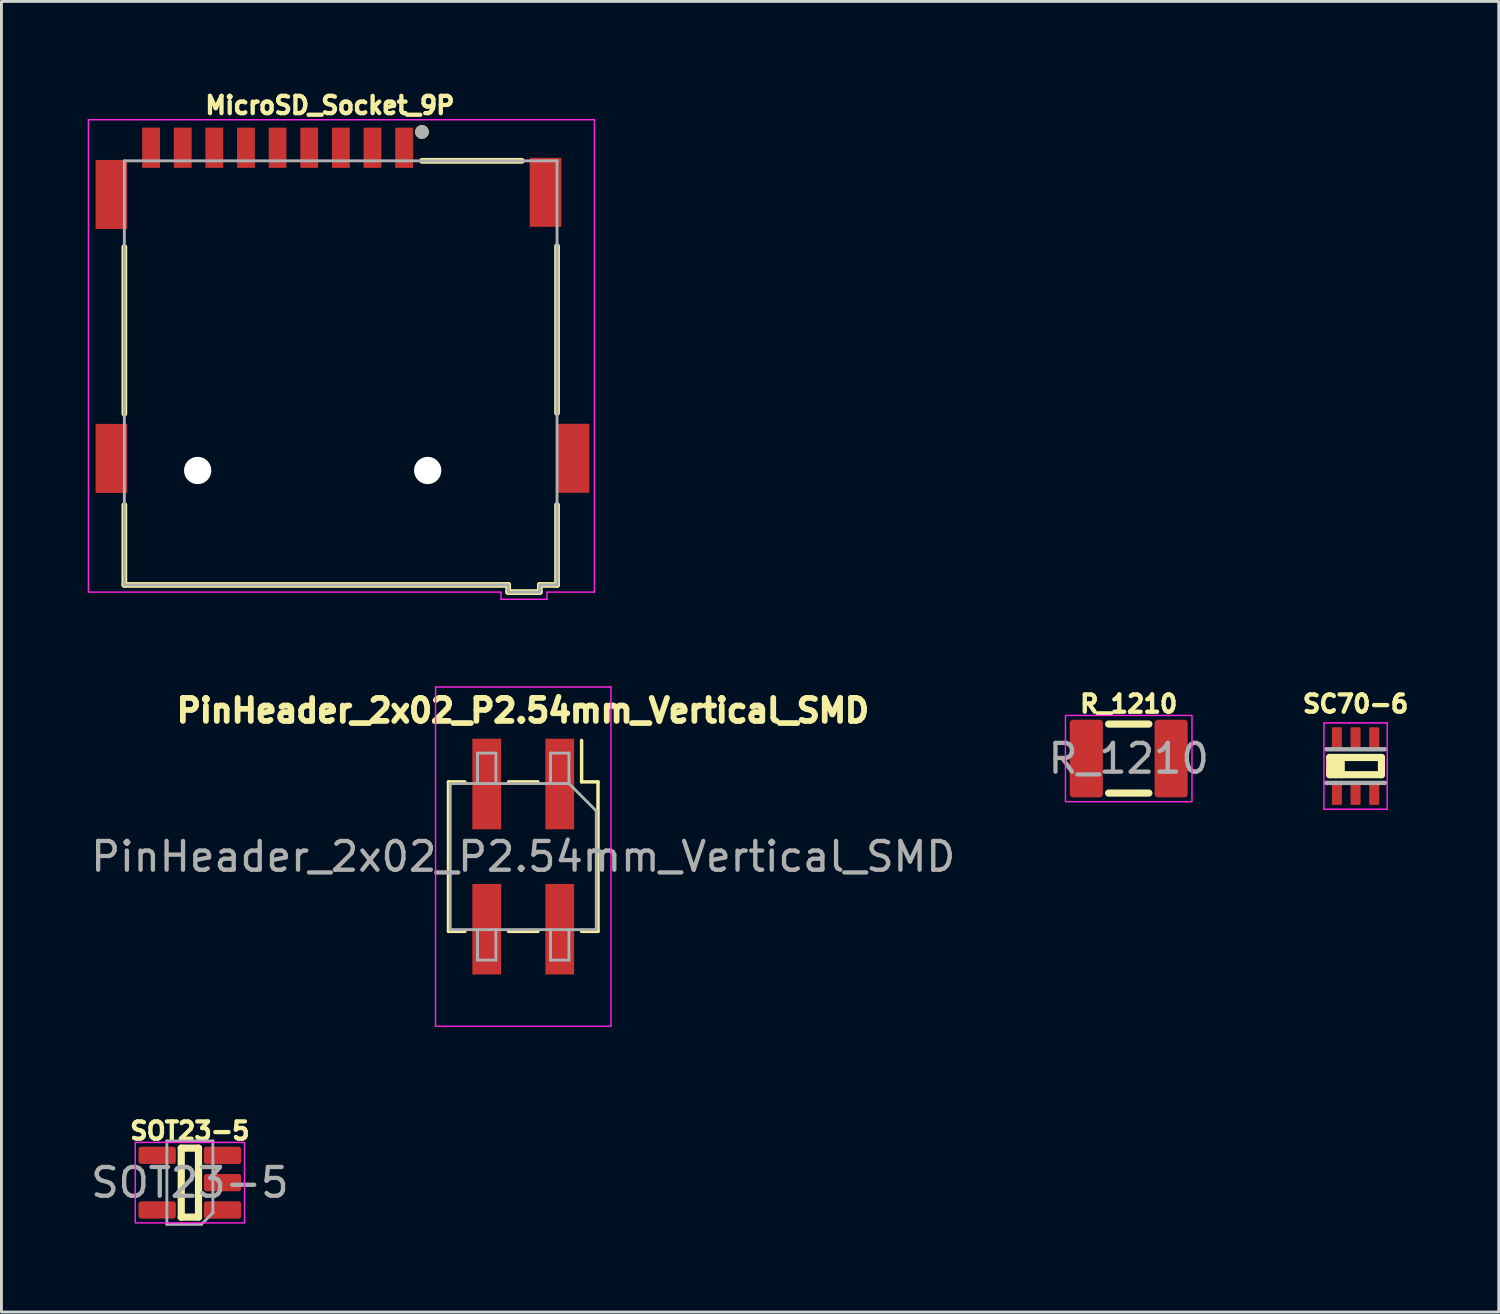
<source format=kicad_pcb>
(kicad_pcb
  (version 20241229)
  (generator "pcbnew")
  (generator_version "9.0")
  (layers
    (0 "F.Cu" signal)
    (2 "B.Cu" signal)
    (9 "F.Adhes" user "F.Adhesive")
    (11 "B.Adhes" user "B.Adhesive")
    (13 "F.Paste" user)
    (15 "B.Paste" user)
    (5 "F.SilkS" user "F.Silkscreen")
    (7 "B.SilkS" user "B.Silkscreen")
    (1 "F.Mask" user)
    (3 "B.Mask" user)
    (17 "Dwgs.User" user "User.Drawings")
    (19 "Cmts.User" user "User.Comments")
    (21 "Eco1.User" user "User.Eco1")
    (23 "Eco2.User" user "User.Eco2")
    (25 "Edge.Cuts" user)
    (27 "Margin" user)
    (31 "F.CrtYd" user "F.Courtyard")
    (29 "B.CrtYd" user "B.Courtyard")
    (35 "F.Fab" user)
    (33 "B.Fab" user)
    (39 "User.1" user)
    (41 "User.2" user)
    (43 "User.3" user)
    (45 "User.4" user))
  (footprint "SOT23-5"
    (layer "F.Cu")
    (at 3.554 38.084)
    (property "Reference" "SOT23-5" (at 0 -1.8 0) (unlocked yes) (layer "F.SilkS") (effects (font (size 0.6 0.6) (thickness 0.15) (bold yes))))
    (attr smd)
    (fp_line (start -0.3 -1.2) (end -0.3 1.2) (stroke (width 0.25) (type default)) (layer "F.SilkS"))
    (fp_line (start -0.3 1.2) (end 0.3 1.2) (stroke (width 0.25) (type default)) (layer "F.SilkS"))
    (fp_line (start 0.3 -1.2) (end -0.3 -1.2) (stroke (width 0.25) (type default)) (layer "F.SilkS"))
    (fp_line (start 0.3 1.2) (end 0.3 -1.2) (stroke (width 0.25) (type default)) (layer "F.SilkS"))
    (fp_rect (start 1.9 1.4) (end -1.9 -1.4) (stroke (width 0.05) (type default)) (fill no) (layer "F.CrtYd"))
    (fp_line (start -0.8 -1.45) (end 0.8 -1.45) (stroke (width 0.1) (type solid)) (layer "F.Fab"))
    (fp_line (start -0.8 1.45) (end -0.8 -1.45) (stroke (width 0.1) (type solid)) (layer "F.Fab"))
    (fp_line (start 0.4 1.45) (end -0.8 1.45) (stroke (width 0.1) (type solid)) (layer "F.Fab"))
    (fp_line (start 0.8 -1.45) (end 0.8 1.05) (stroke (width 0.1) (type solid)) (layer "F.Fab"))
    (fp_line (start 0.8 1.05) (end 0.4 1.45) (stroke (width 0.1) (type solid)) (layer "F.Fab"))
    (fp_text user "${REFERENCE}" (at 0 0 0) (unlocked yes) (layer "F.Fab") (effects (font (size 1 1) (thickness 0.15))))
    (pad "1" smd roundrect (at 1.137 0.95 180) (size 1.3 0.6) (layers "F.Cu" "F.Mask" "F.Paste") (roundrect_rratio 0.15))
    (pad "2" smd roundrect (at 1.137 0 180) (size 1.3 0.6) (layers "F.Cu" "F.Mask" "F.Paste") (roundrect_rratio 0.15))
    (pad "3" smd roundrect (at 1.137 -0.95 180) (size 1.3 0.6) (layers "F.Cu" "F.Mask" "F.Paste") (roundrect_rratio 0.15))
    (pad "4" smd roundrect (at -1.137 -0.95 180) (size 1.3 0.6) (layers "F.Cu" "F.Mask" "F.Paste") (roundrect_rratio 0.15))
    (pad "5" smd roundrect (at -1.137 0.95 180) (size 1.3 0.6) (layers "F.Cu" "F.Mask" "F.Paste") (roundrect_rratio 0.15)))
  (footprint "SC70-6"
    (layer "F.Cu")
    (at 44.098 23.595)
    (property "Reference" "SC70-6" (at 0 -2.162 0) (layer "F.SilkS") (effects (font (size 0.6 0.6) (thickness 0.15))))
    (attr smd)
    (fp_line (start -0.9 -0.3) (end 0.9 -0.3) (stroke (width 0.25) (type default)) (layer "F.SilkS"))
    (fp_line (start -0.9 0.3) (end -0.9 -0.3) (stroke (width 0.25) (type default)) (layer "F.SilkS"))
    (fp_line (start -0.7 -0.3) (end -0.7 0.3) (stroke (width 0.25) (type default)) (layer "F.SilkS"))
    (fp_line (start -0.5 -0.3) (end -0.5 0.3) (stroke (width 0.25) (type default)) (layer "F.SilkS"))
    (fp_line (start 0.9 -0.3) (end 0.9 0.3) (stroke (width 0.25) (type default)) (layer "F.SilkS"))
    (fp_line (start 0.9 0.3) (end -0.9 0.3) (stroke (width 0.25) (type default)) (layer "F.SilkS"))
    (fp_line (start -1.1 -1.5) (end -0.2 -1.5) (stroke (width 0.05) (type default)) (layer "F.CrtYd"))
    (fp_line (start -1.1 1.5) (end -1.1 -1.5) (stroke (width 0.05) (type default)) (layer "F.CrtYd"))
    (fp_line (start -0.2 -1.5) (end 1.1 -1.5) (stroke (width 0.05) (type default)) (layer "F.CrtYd"))
    (fp_line (start 1.1 -1.5) (end 1.1 1.5) (stroke (width 0.05) (type default)) (layer "F.CrtYd"))
    (fp_line (start 1.1 1.5) (end -1.1 1.5) (stroke (width 0.05) (type default)) (layer "F.CrtYd"))
    (fp_line (start -1.022 -0.585) (end 1.022 -0.585) (stroke (width 0.152) (type solid)) (layer "F.Fab"))
    (fp_line (start 1.022 0.585) (end -1.022 0.585) (stroke (width 0.152) (type solid)) (layer "F.Fab"))
    (pad "1" smd roundrect (at -0.65 0.95) (size 0.35 0.8) (layers "F.Cu" "F.Mask" "F.Paste") (roundrect_rratio 0.1))
    (pad "2" smd roundrect (at 0 0.95) (size 0.35 0.8) (layers "F.Cu" "F.Mask" "F.Paste") (roundrect_rratio 0.1))
    (pad "3" smd roundrect (at 0.65 0.95) (size 0.35 0.8) (layers "F.Cu" "F.Mask" "F.Paste") (roundrect_rratio 0.1))
    (pad "4" smd roundrect (at 0.65 -0.95) (size 0.35 0.8) (layers "F.Cu" "F.Mask" "F.Paste") (roundrect_rratio 0.1))
    (pad "5" smd roundrect (at 0 -0.95) (size 0.35 0.8) (layers "F.Cu" "F.Mask" "F.Paste") (roundrect_rratio 0.1))
    (pad "6" smd roundrect (at -0.65 -0.95) (size 0.35 0.8) (layers "F.Cu" "F.Mask" "F.Paste") (roundrect_rratio 0.1)))
  (footprint "MicroSD_Socket_9P"
    (layer "F.Cu")
    (at 8.425 13.314)
    (property "Reference" "MicroSD_Socket_9P" (at 0 -12.7 0) (layer "F.SilkS") (effects (font (size 0.6 0.6) (thickness 0.15))))
    (attr smd)
    (fp_line (start -7.15 -1.975) (end -7.15 -7.775) (stroke (width 0.2) (type solid)) (layer "F.SilkS"))
    (fp_line (start -7.15 3.98) (end -7.15 1.2) (stroke (width 0.2) (type solid)) (layer "F.SilkS"))
    (fp_line (start -7.15 3.98) (end 6.2 3.98) (stroke (width 0.2) (type solid)) (layer "F.SilkS"))
    (fp_line (start 3.2 -10.77) (end 6.675 -10.77) (stroke (width 0.2) (type solid)) (layer "F.SilkS"))
    (fp_line (start 6.2 3.98) (end 6.2 4.23) (stroke (width 0.2) (type solid)) (layer "F.SilkS"))
    (fp_line (start 6.2 4.23) (end 7.3 4.23) (stroke (width 0.2) (type solid)) (layer "F.SilkS"))
    (fp_line (start 7.3 3.98) (end 7.9 3.98) (stroke (width 0.2) (type solid)) (layer "F.SilkS"))
    (fp_line (start 7.3 4.23) (end 7.3 3.98) (stroke (width 0.2) (type solid)) (layer "F.SilkS"))
    (fp_line (start 7.9 -2) (end 7.9 -7.8) (stroke (width 0.2) (type solid)) (layer "F.SilkS"))
    (fp_line (start 7.9 3.98) (end 7.9 1.2) (stroke (width 0.2) (type solid)) (layer "F.SilkS"))
    (fp_circle (center 3.2 -11.775) (end 3.32 -11.775) (stroke (width 0.24) (type solid)) (fill no) (layer "F.SilkS"))
    (fp_line (start -8.4 -12.2) (end 9.2 -12.2) (stroke (width 0.05) (type solid)) (layer "F.CrtYd"))
    (fp_line (start -8.4 4.23) (end -8.4 -12.2) (stroke (width 0.05) (type solid)) (layer "F.CrtYd"))
    (fp_line (start -8.4 4.23) (end 5.95 4.23) (stroke (width 0.05) (type solid)) (layer "F.CrtYd"))
    (fp_line (start 5.95 4.23) (end 5.95 4.48) (stroke (width 0.05) (type solid)) (layer "F.CrtYd"))
    (fp_line (start 5.95 4.48) (end 7.55 4.48) (stroke (width 0.05) (type solid)) (layer "F.CrtYd"))
    (fp_line (start 7.55 4.23) (end 9.2 4.23) (stroke (width 0.05) (type solid)) (layer "F.CrtYd"))
    (fp_line (start 7.55 4.48) (end 7.55 4.23) (stroke (width 0.05) (type solid)) (layer "F.CrtYd"))
    (fp_line (start 9.2 -12.2) (end 9.2 4.23) (stroke (width 0.05) (type solid)) (layer "F.CrtYd"))
    (fp_line (start -7.15 -10.77) (end 7.9 -10.77) (stroke (width 0.1) (type solid)) (layer "F.Fab"))
    (fp_line (start -7.15 3.98) (end -7.15 -10.77) (stroke (width 0.1) (type solid)) (layer "F.Fab"))
    (fp_line (start -7.15 3.98) (end 6.2 3.98) (stroke (width 0.1) (type solid)) (layer "F.Fab"))
    (fp_line (start 6.2 3.98) (end 6.2 4.23) (stroke (width 0.1) (type solid)) (layer "F.Fab"))
    (fp_line (start 6.2 4.23) (end 7.3 4.23) (stroke (width 0.1) (type solid)) (layer "F.Fab"))
    (fp_line (start 7.3 3.98) (end 7.9 3.98) (stroke (width 0.1) (type solid)) (layer "F.Fab"))
    (fp_line (start 7.3 4.23) (end 7.3 3.98) (stroke (width 0.1) (type solid)) (layer "F.Fab"))
    (fp_line (start 7.9 3.98) (end 7.9 -10.77) (stroke (width 0.1) (type solid)) (layer "F.Fab"))
    (fp_circle (center 3.2 -11.775) (end 3.32 -11.775) (stroke (width 0.24) (type solid)) (fill no) (layer "F.Fab"))
    (pad "" np_thru_hole circle (at -4.6 0) (size 0.95 0.95) (drill 0.95) (layers "*.Cu" "*.Mask"))
    (pad "" np_thru_hole circle (at 3.4 0) (size 0.95 0.95) (drill 0.95) (layers "*.Cu" "*.Mask"))
    (pad "1" smd rect (at 2.58 -11.225) (size 0.62 1.4) (layers "F.Cu" "F.Mask" "F.Paste"))
    (pad "2" smd rect (at 1.48 -11.225) (size 0.62 1.4) (layers "F.Cu" "F.Mask" "F.Paste"))
    (pad "3" smd rect (at 0.38 -11.225) (size 0.62 1.4) (layers "F.Cu" "F.Mask" "F.Paste"))
    (pad "4" smd rect (at -0.72 -11.225) (size 0.62 1.4) (layers "F.Cu" "F.Mask" "F.Paste"))
    (pad "5" smd rect (at -1.82 -11.225) (size 0.62 1.4) (layers "F.Cu" "F.Mask" "F.Paste"))
    (pad "6" smd rect (at -2.92 -11.225) (size 0.62 1.4) (layers "F.Cu" "F.Mask" "F.Paste"))
    (pad "7" smd rect (at -4.02 -11.225) (size 0.62 1.4) (layers "F.Cu" "F.Mask" "F.Paste"))
    (pad "8" smd rect (at -5.12 -11.225) (size 0.62 1.4) (layers "F.Cu" "F.Mask" "F.Paste"))
    (pad "9" smd rect (at -6.22 -11.225) (size 0.62 1.4) (layers "F.Cu" "F.Mask" "F.Paste"))
    (pad "10" smd rect (at -7.6 -9.6) (size 1.1 2.4) (layers "F.Cu" "F.Mask" "F.Paste"))
    (pad "10" smd rect (at -7.6 -0.42) (size 1.1 2.4) (layers "F.Cu" "F.Mask" "F.Paste"))
    (pad "10" smd rect (at 7.5 -9.675) (size 1.1 2.4) (layers "F.Cu" "F.Mask" "F.Paste"))
    (pad "10" smd rect (at 8.475 -0.425) (size 1.1 2.4) (layers "F.Cu" "F.Mask" "F.Paste")))
  (footprint "R_1210"
    (layer "F.Cu")
    (at 36.208 23.334)
    (property "Reference" "R_1210" (at 0 -1.9 0) (unlocked yes) (layer "F.SilkS") (effects (font (size 0.6 0.6) (thickness 0.15) (bold yes))))
    (attr smd)
    (fp_line (start -0.7 -1.2) (end 0.7 -1.2) (stroke (width 0.25) (type default)) (layer "F.SilkS"))
    (fp_line (start -0.7 1.2) (end 0.7 1.2) (stroke (width 0.25) (type default)) (layer "F.SilkS"))
    (fp_rect (start -2.2 -1.5) (end 2.2 1.5) (stroke (width 0.05) (type default)) (fill no) (layer "F.CrtYd"))
    (fp_text user "${REFERENCE}" (at 0 0 0) (unlocked yes) (layer "F.Fab") (effects (font (size 1 1) (thickness 0.15))))
    (pad "1" smd roundrect (at -1.475 0) (size 1.15 2.7) (layers "F.Cu" "F.Mask" "F.Paste") (roundrect_rratio 0.1))
    (pad "2" smd roundrect (at 1.475 0) (size 1.15 2.7) (layers "F.Cu" "F.Mask" "F.Paste") (roundrect_rratio 0.1)))
  (footprint "PinHeader_2x02_P2.54mm_Vertical_SMD"
    (layer "F.Cu")
    (at 15.149 26.744)
    (property "Reference" "PinHeader_2x02_P2.54mm_Vertical_SMD" (at -0.01 -5.08 0) (layer "F.SilkS") (effects (font (size 0.8 0.8) (thickness 0.2) (bold yes))))
    (attr smd)
    (fp_line (start -2.6 -2.6) (end -2.6 2.6) (stroke (width 0.12) (type solid)) (layer "F.SilkS"))
    (fp_line (start -2.03 -2.6) (end -2.6 -2.6) (stroke (width 0.12) (type solid)) (layer "F.SilkS"))
    (fp_line (start -2.03 2.6) (end -2.6 2.6) (stroke (width 0.12) (type solid)) (layer "F.SilkS"))
    (fp_line (start 0.51 -2.6) (end -0.51 -2.6) (stroke (width 0.12) (type solid)) (layer "F.SilkS"))
    (fp_line (start 0.51 2.6) (end -0.51 2.6) (stroke (width 0.12) (type solid)) (layer "F.SilkS"))
    (fp_line (start 2.03 -4.04) (end 2.03 -2.6) (stroke (width 0.12) (type solid)) (layer "F.SilkS"))
    (fp_line (start 2.6 -2.6) (end 2.03 -2.6) (stroke (width 0.12) (type solid)) (layer "F.SilkS"))
    (fp_line (start 2.6 -2.6) (end 2.6 2.6) (stroke (width 0.12) (type solid)) (layer "F.SilkS"))
    (fp_line (start 2.6 2.6) (end 2.03 2.6) (stroke (width 0.12) (type solid)) (layer "F.SilkS"))
    (fp_line (start -3.05 -5.9) (end -3.05 5.9) (stroke (width 0.05) (type solid)) (layer "F.CrtYd"))
    (fp_line (start -3.05 5.9) (end 3.05 5.9) (stroke (width 0.05) (type solid)) (layer "F.CrtYd"))
    (fp_line (start 3.05 -5.9) (end -3.05 -5.9) (stroke (width 0.05) (type solid)) (layer "F.CrtYd"))
    (fp_line (start 3.05 5.9) (end 3.05 -5.9) (stroke (width 0.05) (type solid)) (layer "F.CrtYd"))
    (fp_line (start -2.54 -2.54) (end 1.59 -2.54) (stroke (width 0.1) (type solid)) (layer "F.Fab"))
    (fp_line (start -2.54 2.54) (end -2.54 -2.54) (stroke (width 0.1) (type solid)) (layer "F.Fab"))
    (fp_line (start -1.59 -3.6) (end -1.59 -2.54) (stroke (width 0.1) (type solid)) (layer "F.Fab"))
    (fp_line (start -1.59 3.6) (end -1.59 2.54) (stroke (width 0.1) (type solid)) (layer "F.Fab"))
    (fp_line (start -0.95 -3.6) (end -1.59 -3.6) (stroke (width 0.1) (type solid)) (layer "F.Fab"))
    (fp_line (start -0.95 -2.54) (end -0.95 -3.6) (stroke (width 0.1) (type solid)) (layer "F.Fab"))
    (fp_line (start -0.95 2.54) (end -0.95 3.6) (stroke (width 0.1) (type solid)) (layer "F.Fab"))
    (fp_line (start -0.95 3.6) (end -1.59 3.6) (stroke (width 0.1) (type solid)) (layer "F.Fab"))
    (fp_line (start 0.95 -3.6) (end 0.95 -2.54) (stroke (width 0.1) (type solid)) (layer "F.Fab"))
    (fp_line (start 0.95 3.6) (end 0.95 2.54) (stroke (width 0.1) (type solid)) (layer "F.Fab"))
    (fp_line (start 1.59 -3.6) (end 0.95 -3.6) (stroke (width 0.1) (type solid)) (layer "F.Fab"))
    (fp_line (start 1.59 -2.54) (end 1.59 -3.6) (stroke (width 0.1) (type solid)) (layer "F.Fab"))
    (fp_line (start 1.59 -2.54) (end 2.54 -1.59) (stroke (width 0.1) (type solid)) (layer "F.Fab"))
    (fp_line (start 1.59 2.54) (end 1.59 3.6) (stroke (width 0.1) (type solid)) (layer "F.Fab"))
    (fp_line (start 1.59 3.6) (end 0.95 3.6) (stroke (width 0.1) (type solid)) (layer "F.Fab"))
    (fp_line (start 2.54 -1.59) (end 2.54 2.54) (stroke (width 0.1) (type solid)) (layer "F.Fab"))
    (fp_line (start 2.54 2.54) (end -2.54 2.54) (stroke (width 0.1) (type solid)) (layer "F.Fab"))
    (fp_text user "${REFERENCE}" (at 0 0 0) (layer "F.Fab") (effects (font (size 1 1) (thickness 0.15))))
    (pad "1" smd rect (at 1.27 -2.525 270) (size 3.15 1) (layers "F.Cu" "F.Mask" "F.Paste"))
    (pad "2" smd rect (at 1.27 2.525 270) (size 3.15 1) (layers "F.Cu" "F.Mask" "F.Paste"))
    (pad "3" smd rect (at -1.27 -2.525 270) (size 3.15 1) (layers "F.Cu" "F.Mask" "F.Paste"))
    (pad "4" smd rect (at -1.27 2.525 270) (size 3.15 1) (layers "F.Cu" "F.Mask" "F.Paste")))
  (gr_rect
    (start -3 -3)
    (end 49.078 42.584)
    (stroke (width 0.1) (type default))
    (fill no)
    (layer "Edge.Cuts")))
</source>
